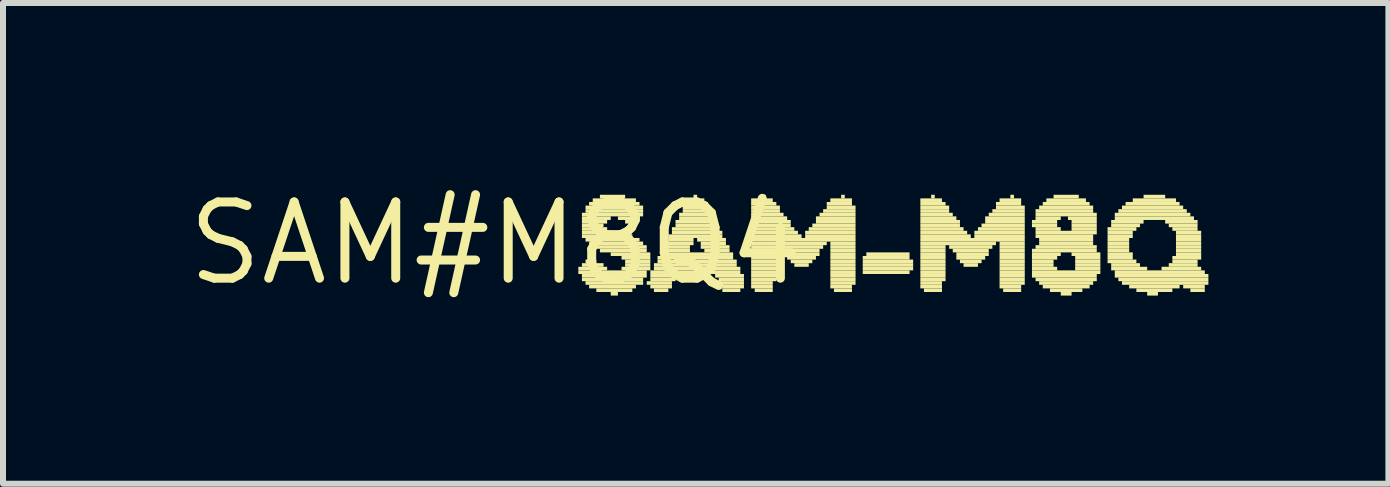
<source format=kicad_pcb>
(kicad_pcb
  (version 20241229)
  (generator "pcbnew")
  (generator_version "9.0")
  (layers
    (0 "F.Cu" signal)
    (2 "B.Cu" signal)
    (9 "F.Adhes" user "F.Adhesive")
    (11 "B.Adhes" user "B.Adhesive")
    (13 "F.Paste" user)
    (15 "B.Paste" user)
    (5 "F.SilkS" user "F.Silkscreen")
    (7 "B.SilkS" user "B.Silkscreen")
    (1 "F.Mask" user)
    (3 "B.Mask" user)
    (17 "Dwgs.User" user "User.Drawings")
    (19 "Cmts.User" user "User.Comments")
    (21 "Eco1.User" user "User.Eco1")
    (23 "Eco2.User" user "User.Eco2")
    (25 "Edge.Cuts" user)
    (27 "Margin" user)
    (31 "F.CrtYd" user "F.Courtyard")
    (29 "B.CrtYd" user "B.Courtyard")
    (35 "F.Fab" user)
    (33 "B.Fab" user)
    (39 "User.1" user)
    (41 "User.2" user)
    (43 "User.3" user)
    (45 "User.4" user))
  (footprint "SAM#M8Q4"
    (layer "F.Cu")
    (at 5.208 1.006)
    (property "Reference" "SAM#M8Q4" (at 0 0 0) (layer "F.SilkS") (effects (font (size 1.27 1.27) (thickness 0.15))))
    (attr through_hole)
    (fp_poly (pts (xy 1.38 0.45) (xy 1.86 0.45) (xy 1.86 0.39) (xy 1.38 0.39)) (stroke (width 0) (type solid)) (fill yes) (layer "F.SilkS"))
    (fp_poly (pts (xy 1.38 0.51) (xy 2.52 0.51) (xy 2.52 0.45) (xy 1.38 0.45)) (stroke (width 0) (type solid)) (fill yes) (layer "F.SilkS"))
    (fp_poly (pts (xy 1.44 -0.45) (xy 2.46 -0.45) (xy 2.46 -0.51) (xy 1.44 -0.51)) (stroke (width 0) (type solid)) (fill yes) (layer "F.SilkS"))
    (fp_poly (pts (xy 1.44 -0.39) (xy 1.92 -0.39) (xy 1.92 -0.45) (xy 1.44 -0.45)) (stroke (width 0) (type solid)) (fill yes) (layer "F.SilkS"))
    (fp_poly (pts (xy 1.44 -0.33) (xy 1.86 -0.33) (xy 1.86 -0.39) (xy 1.44 -0.39)) (stroke (width 0) (type solid)) (fill yes) (layer "F.SilkS"))
    (fp_poly (pts (xy 1.44 -0.27) (xy 1.8 -0.27) (xy 1.8 -0.33) (xy 1.44 -0.33)) (stroke (width 0) (type solid)) (fill yes) (layer "F.SilkS"))
    (fp_poly (pts (xy 1.44 -0.21) (xy 1.86 -0.21) (xy 1.86 -0.27) (xy 1.44 -0.27)) (stroke (width 0) (type solid)) (fill yes) (layer "F.SilkS"))
    (fp_poly (pts (xy 1.44 -0.15) (xy 1.98 -0.15) (xy 1.98 -0.21) (xy 1.44 -0.21)) (stroke (width 0) (type solid)) (fill yes) (layer "F.SilkS"))
    (fp_poly (pts (xy 1.44 -0.09) (xy 2.28 -0.09) (xy 2.28 -0.15) (xy 1.44 -0.15)) (stroke (width 0) (type solid)) (fill yes) (layer "F.SilkS"))
    (fp_poly (pts (xy 1.44 0.39) (xy 1.8 0.39) (xy 1.8 0.33) (xy 1.44 0.33)) (stroke (width 0) (type solid)) (fill yes) (layer "F.SilkS"))
    (fp_poly (pts (xy 1.44 0.57) (xy 2.52 0.57) (xy 2.52 0.51) (xy 1.44 0.51)) (stroke (width 0) (type solid)) (fill yes) (layer "F.SilkS"))
    (fp_poly (pts (xy 1.44 0.63) (xy 2.46 0.63) (xy 2.46 0.57) (xy 1.44 0.57)) (stroke (width 0) (type solid)) (fill yes) (layer "F.SilkS"))
    (fp_poly (pts (xy 1.5 -0.57) (xy 2.46 -0.57) (xy 2.46 -0.63) (xy 1.5 -0.63)) (stroke (width 0) (type solid)) (fill yes) (layer "F.SilkS"))
    (fp_poly (pts (xy 1.5 -0.51) (xy 2.46 -0.51) (xy 2.46 -0.57) (xy 1.5 -0.57)) (stroke (width 0) (type solid)) (fill yes) (layer "F.SilkS"))
    (fp_poly (pts (xy 1.5 -0.03) (xy 2.4 -0.03) (xy 2.4 -0.09) (xy 1.5 -0.09)) (stroke (width 0) (type solid)) (fill yes) (layer "F.SilkS"))
    (fp_poly (pts (xy 1.5 0.33) (xy 1.68 0.33) (xy 1.68 0.27) (xy 1.5 0.27)) (stroke (width 0) (type solid)) (fill yes) (layer "F.SilkS"))
    (fp_poly (pts (xy 1.5 0.69) (xy 2.46 0.69) (xy 2.46 0.63) (xy 1.5 0.63)) (stroke (width 0) (type solid)) (fill yes) (layer "F.SilkS"))
    (fp_poly (pts (xy 1.56 -0.63) (xy 2.4 -0.63) (xy 2.4 -0.69) (xy 1.56 -0.69)) (stroke (width 0) (type solid)) (fill yes) (layer "F.SilkS"))
    (fp_poly (pts (xy 1.56 0.03) (xy 2.46 0.03) (xy 2.46 -0.03) (xy 1.56 -0.03)) (stroke (width 0) (type solid)) (fill yes) (layer "F.SilkS"))
    (fp_poly (pts (xy 1.56 0.75) (xy 2.34 0.75) (xy 2.34 0.69) (xy 1.56 0.69)) (stroke (width 0) (type solid)) (fill yes) (layer "F.SilkS"))
    (fp_poly (pts (xy 1.62 -0.69) (xy 2.34 -0.69) (xy 2.34 -0.75) (xy 1.62 -0.75)) (stroke (width 0) (type solid)) (fill yes) (layer "F.SilkS"))
    (fp_poly (pts (xy 1.62 0.09) (xy 2.52 0.09) (xy 2.52 0.03) (xy 1.62 0.03)) (stroke (width 0) (type solid)) (fill yes) (layer "F.SilkS"))
    (fp_poly (pts (xy 1.68 0.81) (xy 2.28 0.81) (xy 2.28 0.75) (xy 1.68 0.75)) (stroke (width 0) (type solid)) (fill yes) (layer "F.SilkS"))
    (fp_poly (pts (xy 1.74 -0.75) (xy 2.16 -0.75) (xy 2.16 -0.81) (xy 1.74 -0.81)) (stroke (width 0) (type solid)) (fill yes) (layer "F.SilkS"))
    (fp_poly (pts (xy 1.74 0.15) (xy 2.52 0.15) (xy 2.52 0.09) (xy 1.74 0.09)) (stroke (width 0) (type solid)) (fill yes) (layer "F.SilkS"))
    (fp_poly (pts (xy 1.92 0.21) (xy 2.58 0.21) (xy 2.58 0.15) (xy 1.92 0.15)) (stroke (width 0) (type solid)) (fill yes) (layer "F.SilkS"))
    (fp_poly (pts (xy 1.92 0.87) (xy 2.04 0.87) (xy 2.04 0.81) (xy 1.92 0.81)) (stroke (width 0) (type solid)) (fill yes) (layer "F.SilkS"))
    (fp_poly (pts (xy 2.04 -0.39) (xy 2.4 -0.39) (xy 2.4 -0.45) (xy 2.04 -0.45)) (stroke (width 0) (type solid)) (fill yes) (layer "F.SilkS"))
    (fp_poly (pts (xy 2.1 0.27) (xy 2.58 0.27) (xy 2.58 0.21) (xy 2.1 0.21)) (stroke (width 0) (type solid)) (fill yes) (layer "F.SilkS"))
    (fp_poly (pts (xy 2.1 0.45) (xy 2.58 0.45) (xy 2.58 0.39) (xy 2.1 0.39)) (stroke (width 0) (type solid)) (fill yes) (layer "F.SilkS"))
    (fp_poly (pts (xy 2.16 -0.33) (xy 2.34 -0.33) (xy 2.34 -0.39) (xy 2.16 -0.39)) (stroke (width 0) (type solid)) (fill yes) (layer "F.SilkS"))
    (fp_poly (pts (xy 2.16 0.33) (xy 2.58 0.33) (xy 2.58 0.27) (xy 2.16 0.27)) (stroke (width 0) (type solid)) (fill yes) (layer "F.SilkS"))
    (fp_poly (pts (xy 2.16 0.39) (xy 2.58 0.39) (xy 2.58 0.33) (xy 2.16 0.33)) (stroke (width 0) (type solid)) (fill yes) (layer "F.SilkS"))
    (fp_poly (pts (xy 2.52 0.69) (xy 2.94 0.69) (xy 2.94 0.63) (xy 2.52 0.63)) (stroke (width 0) (type solid)) (fill yes) (layer "F.SilkS"))
    (fp_poly (pts (xy 2.58 0.51) (xy 4.08 0.51) (xy 4.08 0.45) (xy 2.58 0.45)) (stroke (width 0) (type solid)) (fill yes) (layer "F.SilkS"))
    (fp_poly (pts (xy 2.58 0.57) (xy 3 0.57) (xy 3 0.51) (xy 2.58 0.51)) (stroke (width 0) (type solid)) (fill yes) (layer "F.SilkS"))
    (fp_poly (pts (xy 2.58 0.63) (xy 3 0.63) (xy 3 0.57) (xy 2.58 0.57)) (stroke (width 0) (type solid)) (fill yes) (layer "F.SilkS"))
    (fp_poly (pts (xy 2.58 0.75) (xy 2.94 0.75) (xy 2.94 0.69) (xy 2.58 0.69)) (stroke (width 0) (type solid)) (fill yes) (layer "F.SilkS"))
    (fp_poly (pts (xy 2.64 0.39) (xy 4.02 0.39) (xy 4.02 0.33) (xy 2.64 0.33)) (stroke (width 0) (type solid)) (fill yes) (layer "F.SilkS"))
    (fp_poly (pts (xy 2.64 0.45) (xy 4.08 0.45) (xy 4.08 0.39) (xy 2.64 0.39)) (stroke (width 0) (type solid)) (fill yes) (layer "F.SilkS"))
    (fp_poly (pts (xy 2.64 0.81) (xy 2.88 0.81) (xy 2.88 0.75) (xy 2.64 0.75)) (stroke (width 0) (type solid)) (fill yes) (layer "F.SilkS"))
    (fp_poly (pts (xy 2.7 0.27) (xy 3.96 0.27) (xy 3.96 0.21) (xy 2.7 0.21)) (stroke (width 0) (type solid)) (fill yes) (layer "F.SilkS"))
    (fp_poly (pts (xy 2.7 0.33) (xy 4.02 0.33) (xy 4.02 0.27) (xy 2.7 0.27)) (stroke (width 0) (type solid)) (fill yes) (layer "F.SilkS"))
    (fp_poly (pts (xy 2.76 0.15) (xy 3.24 0.15) (xy 3.24 0.09) (xy 2.76 0.09)) (stroke (width 0) (type solid)) (fill yes) (layer "F.SilkS"))
    (fp_poly (pts (xy 2.76 0.21) (xy 3.96 0.21) (xy 3.96 0.15) (xy 2.76 0.15)) (stroke (width 0) (type solid)) (fill yes) (layer "F.SilkS"))
    (fp_poly (pts (xy 2.82 0.03) (xy 3.3 0.03) (xy 3.3 -0.03) (xy 2.82 -0.03)) (stroke (width 0) (type solid)) (fill yes) (layer "F.SilkS"))
    (fp_poly (pts (xy 2.82 0.09) (xy 3.24 0.09) (xy 3.24 0.03) (xy 2.82 0.03)) (stroke (width 0) (type solid)) (fill yes) (layer "F.SilkS"))
    (fp_poly (pts (xy 2.88 -0.09) (xy 3.78 -0.09) (xy 3.78 -0.15) (xy 2.88 -0.15)) (stroke (width 0) (type solid)) (fill yes) (layer "F.SilkS"))
    (fp_poly (pts (xy 2.88 -0.03) (xy 3.3 -0.03) (xy 3.3 -0.09) (xy 2.88 -0.09)) (stroke (width 0) (type solid)) (fill yes) (layer "F.SilkS"))
    (fp_poly (pts (xy 2.94 -0.21) (xy 3.72 -0.21) (xy 3.72 -0.27) (xy 2.94 -0.27)) (stroke (width 0) (type solid)) (fill yes) (layer "F.SilkS"))
    (fp_poly (pts (xy 2.94 -0.15) (xy 3.78 -0.15) (xy 3.78 -0.21) (xy 2.94 -0.21)) (stroke (width 0) (type solid)) (fill yes) (layer "F.SilkS"))
    (fp_poly (pts (xy 3 -0.33) (xy 3.66 -0.33) (xy 3.66 -0.39) (xy 3 -0.39)) (stroke (width 0) (type solid)) (fill yes) (layer "F.SilkS"))
    (fp_poly (pts (xy 3 -0.27) (xy 3.72 -0.27) (xy 3.72 -0.33) (xy 3 -0.33)) (stroke (width 0) (type solid)) (fill yes) (layer "F.SilkS"))
    (fp_poly (pts (xy 3.06 -0.45) (xy 3.6 -0.45) (xy 3.6 -0.51) (xy 3.06 -0.51)) (stroke (width 0) (type solid)) (fill yes) (layer "F.SilkS"))
    (fp_poly (pts (xy 3.06 -0.39) (xy 3.66 -0.39) (xy 3.66 -0.45) (xy 3.06 -0.45)) (stroke (width 0) (type solid)) (fill yes) (layer "F.SilkS"))
    (fp_poly (pts (xy 3.12 -0.57) (xy 3.54 -0.57) (xy 3.54 -0.63) (xy 3.12 -0.63)) (stroke (width 0) (type solid)) (fill yes) (layer "F.SilkS"))
    (fp_poly (pts (xy 3.12 -0.51) (xy 3.6 -0.51) (xy 3.6 -0.57) (xy 3.12 -0.57)) (stroke (width 0) (type solid)) (fill yes) (layer "F.SilkS"))
    (fp_poly (pts (xy 3.18 -0.69) (xy 3.48 -0.69) (xy 3.48 -0.75) (xy 3.18 -0.75)) (stroke (width 0) (type solid)) (fill yes) (layer "F.SilkS"))
    (fp_poly (pts (xy 3.18 -0.63) (xy 3.54 -0.63) (xy 3.54 -0.69) (xy 3.18 -0.69)) (stroke (width 0) (type solid)) (fill yes) (layer "F.SilkS"))
    (fp_poly (pts (xy 3.3 -0.75) (xy 3.36 -0.75) (xy 3.36 -0.81) (xy 3.3 -0.81)) (stroke (width 0) (type solid)) (fill yes) (layer "F.SilkS"))
    (fp_poly (pts (xy 3.36 -0.03) (xy 3.84 -0.03) (xy 3.84 -0.09) (xy 3.36 -0.09)) (stroke (width 0) (type solid)) (fill yes) (layer "F.SilkS"))
    (fp_poly (pts (xy 3.42 0.03) (xy 3.84 0.03) (xy 3.84 -0.03) (xy 3.42 -0.03)) (stroke (width 0) (type solid)) (fill yes) (layer "F.SilkS"))
    (fp_poly (pts (xy 3.42 0.09) (xy 3.9 0.09) (xy 3.9 0.03) (xy 3.42 0.03)) (stroke (width 0) (type solid)) (fill yes) (layer "F.SilkS"))
    (fp_poly (pts (xy 3.48 0.15) (xy 3.9 0.15) (xy 3.9 0.09) (xy 3.48 0.09)) (stroke (width 0) (type solid)) (fill yes) (layer "F.SilkS"))
    (fp_poly (pts (xy 3.66 0.57) (xy 4.14 0.57) (xy 4.14 0.51) (xy 3.66 0.51)) (stroke (width 0) (type solid)) (fill yes) (layer "F.SilkS"))
    (fp_poly (pts (xy 3.72 0.63) (xy 4.14 0.63) (xy 4.14 0.57) (xy 3.72 0.57)) (stroke (width 0) (type solid)) (fill yes) (layer "F.SilkS"))
    (fp_poly (pts (xy 3.72 0.69) (xy 4.14 0.69) (xy 4.14 0.63) (xy 3.72 0.63)) (stroke (width 0) (type solid)) (fill yes) (layer "F.SilkS"))
    (fp_poly (pts (xy 3.78 0.75) (xy 4.14 0.75) (xy 4.14 0.69) (xy 3.78 0.69)) (stroke (width 0) (type solid)) (fill yes) (layer "F.SilkS"))
    (fp_poly (pts (xy 3.78 0.81) (xy 4.08 0.81) (xy 4.08 0.75) (xy 3.78 0.75)) (stroke (width 0) (type solid)) (fill yes) (layer "F.SilkS"))
    (fp_poly (pts (xy 4.26 -0.69) (xy 4.62 -0.69) (xy 4.62 -0.75) (xy 4.26 -0.75)) (stroke (width 0) (type solid)) (fill yes) (layer "F.SilkS"))
    (fp_poly (pts (xy 4.26 -0.63) (xy 4.68 -0.63) (xy 4.68 -0.69) (xy 4.26 -0.69)) (stroke (width 0) (type solid)) (fill yes) (layer "F.SilkS"))
    (fp_poly (pts (xy 4.26 -0.57) (xy 4.74 -0.57) (xy 4.74 -0.63) (xy 4.26 -0.63)) (stroke (width 0) (type solid)) (fill yes) (layer "F.SilkS"))
    (fp_poly (pts (xy 4.26 -0.51) (xy 4.74 -0.51) (xy 4.74 -0.57) (xy 4.26 -0.57)) (stroke (width 0) (type solid)) (fill yes) (layer "F.SilkS"))
    (fp_poly (pts (xy 4.26 -0.45) (xy 4.8 -0.45) (xy 4.8 -0.51) (xy 4.26 -0.51)) (stroke (width 0) (type solid)) (fill yes) (layer "F.SilkS"))
    (fp_poly (pts (xy 4.26 -0.39) (xy 4.86 -0.39) (xy 4.86 -0.45) (xy 4.26 -0.45)) (stroke (width 0) (type solid)) (fill yes) (layer "F.SilkS"))
    (fp_poly (pts (xy 4.26 -0.33) (xy 4.92 -0.33) (xy 4.92 -0.39) (xy 4.26 -0.39)) (stroke (width 0) (type solid)) (fill yes) (layer "F.SilkS"))
    (fp_poly (pts (xy 4.26 -0.27) (xy 4.92 -0.27) (xy 4.92 -0.33) (xy 4.26 -0.33)) (stroke (width 0) (type solid)) (fill yes) (layer "F.SilkS"))
    (fp_poly (pts (xy 4.26 -0.21) (xy 4.98 -0.21) (xy 4.98 -0.27) (xy 4.26 -0.27)) (stroke (width 0) (type solid)) (fill yes) (layer "F.SilkS"))
    (fp_poly (pts (xy 4.26 -0.15) (xy 5.04 -0.15) (xy 5.04 -0.21) (xy 4.26 -0.21)) (stroke (width 0) (type solid)) (fill yes) (layer "F.SilkS"))
    (fp_poly (pts (xy 4.26 -0.09) (xy 5.1 -0.09) (xy 5.1 -0.15) (xy 4.26 -0.15)) (stroke (width 0) (type solid)) (fill yes) (layer "F.SilkS"))
    (fp_poly (pts (xy 4.26 -0.03) (xy 6 -0.03) (xy 6 -0.09) (xy 4.26 -0.09)) (stroke (width 0) (type solid)) (fill yes) (layer "F.SilkS"))
    (fp_poly (pts (xy 4.26 0.03) (xy 5.52 0.03) (xy 5.52 -0.03) (xy 4.26 -0.03)) (stroke (width 0) (type solid)) (fill yes) (layer "F.SilkS"))
    (fp_poly (pts (xy 4.26 0.09) (xy 4.68 0.09) (xy 4.68 0.03) (xy 4.26 0.03)) (stroke (width 0) (type solid)) (fill yes) (layer "F.SilkS"))
    (fp_poly (pts (xy 4.26 0.15) (xy 4.68 0.15) (xy 4.68 0.09) (xy 4.26 0.09)) (stroke (width 0) (type solid)) (fill yes) (layer "F.SilkS"))
    (fp_poly (pts (xy 4.26 0.21) (xy 4.68 0.21) (xy 4.68 0.15) (xy 4.26 0.15)) (stroke (width 0) (type solid)) (fill yes) (layer "F.SilkS"))
    (fp_poly (pts (xy 4.26 0.27) (xy 4.68 0.27) (xy 4.68 0.21) (xy 4.26 0.21)) (stroke (width 0) (type solid)) (fill yes) (layer "F.SilkS"))
    (fp_poly (pts (xy 4.26 0.33) (xy 4.68 0.33) (xy 4.68 0.27) (xy 4.26 0.27)) (stroke (width 0) (type solid)) (fill yes) (layer "F.SilkS"))
    (fp_poly (pts (xy 4.26 0.39) (xy 4.68 0.39) (xy 4.68 0.33) (xy 4.26 0.33)) (stroke (width 0) (type solid)) (fill yes) (layer "F.SilkS"))
    (fp_poly (pts (xy 4.26 0.45) (xy 4.68 0.45) (xy 4.68 0.39) (xy 4.26 0.39)) (stroke (width 0) (type solid)) (fill yes) (layer "F.SilkS"))
    (fp_poly (pts (xy 4.26 0.51) (xy 4.68 0.51) (xy 4.68 0.45) (xy 4.26 0.45)) (stroke (width 0) (type solid)) (fill yes) (layer "F.SilkS"))
    (fp_poly (pts (xy 4.26 0.57) (xy 4.68 0.57) (xy 4.68 0.51) (xy 4.26 0.51)) (stroke (width 0) (type solid)) (fill yes) (layer "F.SilkS"))
    (fp_poly (pts (xy 4.26 0.63) (xy 4.68 0.63) (xy 4.68 0.57) (xy 4.26 0.57)) (stroke (width 0) (type solid)) (fill yes) (layer "F.SilkS"))
    (fp_poly (pts (xy 4.26 0.69) (xy 4.62 0.69) (xy 4.62 0.63) (xy 4.26 0.63)) (stroke (width 0) (type solid)) (fill yes) (layer "F.SilkS"))
    (fp_poly (pts (xy 4.26 0.75) (xy 4.62 0.75) (xy 4.62 0.69) (xy 4.26 0.69)) (stroke (width 0) (type solid)) (fill yes) (layer "F.SilkS"))
    (fp_poly (pts (xy 4.32 0.81) (xy 4.62 0.81) (xy 4.62 0.75) (xy 4.32 0.75)) (stroke (width 0) (type solid)) (fill yes) (layer "F.SilkS"))
    (fp_poly (pts (xy 4.44 -0.75) (xy 4.5 -0.75) (xy 4.5 -0.81) (xy 4.44 -0.81)) (stroke (width 0) (type solid)) (fill yes) (layer "F.SilkS"))
    (fp_poly (pts (xy 4.74 0.09) (xy 5.46 0.09) (xy 5.46 0.03) (xy 4.74 0.03)) (stroke (width 0) (type solid)) (fill yes) (layer "F.SilkS"))
    (fp_poly (pts (xy 4.8 0.15) (xy 5.4 0.15) (xy 5.4 0.09) (xy 4.8 0.09)) (stroke (width 0) (type solid)) (fill yes) (layer "F.SilkS"))
    (fp_poly (pts (xy 4.86 0.21) (xy 5.4 0.21) (xy 5.4 0.15) (xy 4.86 0.15)) (stroke (width 0) (type solid)) (fill yes) (layer "F.SilkS"))
    (fp_poly (pts (xy 4.86 0.27) (xy 5.34 0.27) (xy 5.34 0.21) (xy 4.86 0.21)) (stroke (width 0) (type solid)) (fill yes) (layer "F.SilkS"))
    (fp_poly (pts (xy 4.92 0.33) (xy 5.28 0.33) (xy 5.28 0.27) (xy 4.92 0.27)) (stroke (width 0) (type solid)) (fill yes) (layer "F.SilkS"))
    (fp_poly (pts (xy 4.98 0.39) (xy 5.22 0.39) (xy 5.22 0.33) (xy 4.98 0.33)) (stroke (width 0) (type solid)) (fill yes) (layer "F.SilkS"))
    (fp_poly (pts (xy 5.16 -0.15) (xy 6 -0.15) (xy 6 -0.21) (xy 5.16 -0.21)) (stroke (width 0) (type solid)) (fill yes) (layer "F.SilkS"))
    (fp_poly (pts (xy 5.16 -0.09) (xy 6 -0.09) (xy 6 -0.15) (xy 5.16 -0.15)) (stroke (width 0) (type solid)) (fill yes) (layer "F.SilkS"))
    (fp_poly (pts (xy 5.22 -0.21) (xy 6 -0.21) (xy 6 -0.27) (xy 5.22 -0.27)) (stroke (width 0) (type solid)) (fill yes) (layer "F.SilkS"))
    (fp_poly (pts (xy 5.28 -0.27) (xy 6 -0.27) (xy 6 -0.33) (xy 5.28 -0.33)) (stroke (width 0) (type solid)) (fill yes) (layer "F.SilkS"))
    (fp_poly (pts (xy 5.34 -0.39) (xy 6 -0.39) (xy 6 -0.45) (xy 5.34 -0.45)) (stroke (width 0) (type solid)) (fill yes) (layer "F.SilkS"))
    (fp_poly (pts (xy 5.34 -0.33) (xy 6 -0.33) (xy 6 -0.39) (xy 5.34 -0.39)) (stroke (width 0) (type solid)) (fill yes) (layer "F.SilkS"))
    (fp_poly (pts (xy 5.4 -0.45) (xy 6 -0.45) (xy 6 -0.51) (xy 5.4 -0.51)) (stroke (width 0) (type solid)) (fill yes) (layer "F.SilkS"))
    (fp_poly (pts (xy 5.46 -0.51) (xy 6 -0.51) (xy 6 -0.57) (xy 5.46 -0.57)) (stroke (width 0) (type solid)) (fill yes) (layer "F.SilkS"))
    (fp_poly (pts (xy 5.52 -0.63) (xy 5.94 -0.63) (xy 5.94 -0.69) (xy 5.52 -0.69)) (stroke (width 0) (type solid)) (fill yes) (layer "F.SilkS"))
    (fp_poly (pts (xy 5.52 -0.57) (xy 6 -0.57) (xy 6 -0.63) (xy 5.52 -0.63)) (stroke (width 0) (type solid)) (fill yes) (layer "F.SilkS"))
    (fp_poly (pts (xy 5.58 -0.69) (xy 5.94 -0.69) (xy 5.94 -0.75) (xy 5.58 -0.75)) (stroke (width 0) (type solid)) (fill yes) (layer "F.SilkS"))
    (fp_poly (pts (xy 5.58 0.03) (xy 6 0.03) (xy 6 -0.03) (xy 5.58 -0.03)) (stroke (width 0) (type solid)) (fill yes) (layer "F.SilkS"))
    (fp_poly (pts (xy 5.58 0.09) (xy 6 0.09) (xy 6 0.03) (xy 5.58 0.03)) (stroke (width 0) (type solid)) (fill yes) (layer "F.SilkS"))
    (fp_poly (pts (xy 5.58 0.15) (xy 6 0.15) (xy 6 0.09) (xy 5.58 0.09)) (stroke (width 0) (type solid)) (fill yes) (layer "F.SilkS"))
    (fp_poly (pts (xy 5.58 0.21) (xy 6 0.21) (xy 6 0.15) (xy 5.58 0.15)) (stroke (width 0) (type solid)) (fill yes) (layer "F.SilkS"))
    (fp_poly (pts (xy 5.58 0.27) (xy 6 0.27) (xy 6 0.21) (xy 5.58 0.21)) (stroke (width 0) (type solid)) (fill yes) (layer "F.SilkS"))
    (fp_poly (pts (xy 5.58 0.33) (xy 6 0.33) (xy 6 0.27) (xy 5.58 0.27)) (stroke (width 0) (type solid)) (fill yes) (layer "F.SilkS"))
    (fp_poly (pts (xy 5.58 0.39) (xy 6 0.39) (xy 6 0.33) (xy 5.58 0.33)) (stroke (width 0) (type solid)) (fill yes) (layer "F.SilkS"))
    (fp_poly (pts (xy 5.58 0.45) (xy 6 0.45) (xy 6 0.39) (xy 5.58 0.39)) (stroke (width 0) (type solid)) (fill yes) (layer "F.SilkS"))
    (fp_poly (pts (xy 5.58 0.51) (xy 6 0.51) (xy 6 0.45) (xy 5.58 0.45)) (stroke (width 0) (type solid)) (fill yes) (layer "F.SilkS"))
    (fp_poly (pts (xy 5.58 0.57) (xy 6 0.57) (xy 6 0.51) (xy 5.58 0.51)) (stroke (width 0) (type solid)) (fill yes) (layer "F.SilkS"))
    (fp_poly (pts (xy 5.58 0.63) (xy 6 0.63) (xy 6 0.57) (xy 5.58 0.57)) (stroke (width 0) (type solid)) (fill yes) (layer "F.SilkS"))
    (fp_poly (pts (xy 5.58 0.69) (xy 6 0.69) (xy 6 0.63) (xy 5.58 0.63)) (stroke (width 0) (type solid)) (fill yes) (layer "F.SilkS"))
    (fp_poly (pts (xy 5.58 0.75) (xy 5.94 0.75) (xy 5.94 0.69) (xy 5.58 0.69)) (stroke (width 0) (type solid)) (fill yes) (layer "F.SilkS"))
    (fp_poly (pts (xy 5.64 0.81) (xy 5.94 0.81) (xy 5.94 0.75) (xy 5.64 0.75)) (stroke (width 0) (type solid)) (fill yes) (layer "F.SilkS"))
    (fp_poly (pts (xy 5.76 -0.75) (xy 5.82 -0.75) (xy 5.82 -0.81) (xy 5.76 -0.81)) (stroke (width 0) (type solid)) (fill yes) (layer "F.SilkS"))
    (fp_poly (pts (xy 6.12 0.27) (xy 6.9 0.27) (xy 6.9 0.21) (xy 6.12 0.21)) (stroke (width 0) (type solid)) (fill yes) (layer "F.SilkS"))
    (fp_poly (pts (xy 6.12 0.33) (xy 6.96 0.33) (xy 6.96 0.27) (xy 6.12 0.27)) (stroke (width 0) (type solid)) (fill yes) (layer "F.SilkS"))
    (fp_poly (pts (xy 6.12 0.39) (xy 6.96 0.39) (xy 6.96 0.33) (xy 6.12 0.33)) (stroke (width 0) (type solid)) (fill yes) (layer "F.SilkS"))
    (fp_poly (pts (xy 6.12 0.45) (xy 6.96 0.45) (xy 6.96 0.39) (xy 6.12 0.39)) (stroke (width 0) (type solid)) (fill yes) (layer "F.SilkS"))
    (fp_poly (pts (xy 6.12 0.51) (xy 6.9 0.51) (xy 6.9 0.45) (xy 6.12 0.45)) (stroke (width 0) (type solid)) (fill yes) (layer "F.SilkS"))
    (fp_poly (pts (xy 6.18 0.21) (xy 6.9 0.21) (xy 6.9 0.15) (xy 6.18 0.15)) (stroke (width 0) (type solid)) (fill yes) (layer "F.SilkS"))
    (fp_poly (pts (xy 7.08 -0.69) (xy 7.44 -0.69) (xy 7.44 -0.75) (xy 7.08 -0.75)) (stroke (width 0) (type solid)) (fill yes) (layer "F.SilkS"))
    (fp_poly (pts (xy 7.08 -0.63) (xy 7.5 -0.63) (xy 7.5 -0.69) (xy 7.08 -0.69)) (stroke (width 0) (type solid)) (fill yes) (layer "F.SilkS"))
    (fp_poly (pts (xy 7.08 -0.57) (xy 7.56 -0.57) (xy 7.56 -0.63) (xy 7.08 -0.63)) (stroke (width 0) (type solid)) (fill yes) (layer "F.SilkS"))
    (fp_poly (pts (xy 7.08 -0.51) (xy 7.56 -0.51) (xy 7.56 -0.57) (xy 7.08 -0.57)) (stroke (width 0) (type solid)) (fill yes) (layer "F.SilkS"))
    (fp_poly (pts (xy 7.08 -0.45) (xy 7.62 -0.45) (xy 7.62 -0.51) (xy 7.08 -0.51)) (stroke (width 0) (type solid)) (fill yes) (layer "F.SilkS"))
    (fp_poly (pts (xy 7.08 -0.39) (xy 7.68 -0.39) (xy 7.68 -0.45) (xy 7.08 -0.45)) (stroke (width 0) (type solid)) (fill yes) (layer "F.SilkS"))
    (fp_poly (pts (xy 7.08 -0.33) (xy 7.74 -0.33) (xy 7.74 -0.39) (xy 7.08 -0.39)) (stroke (width 0) (type solid)) (fill yes) (layer "F.SilkS"))
    (fp_poly (pts (xy 7.08 -0.27) (xy 7.74 -0.27) (xy 7.74 -0.33) (xy 7.08 -0.33)) (stroke (width 0) (type solid)) (fill yes) (layer "F.SilkS"))
    (fp_poly (pts (xy 7.08 -0.21) (xy 7.8 -0.21) (xy 7.8 -0.27) (xy 7.08 -0.27)) (stroke (width 0) (type solid)) (fill yes) (layer "F.SilkS"))
    (fp_poly (pts (xy 7.08 -0.15) (xy 7.86 -0.15) (xy 7.86 -0.21) (xy 7.08 -0.21)) (stroke (width 0) (type solid)) (fill yes) (layer "F.SilkS"))
    (fp_poly (pts (xy 7.08 -0.09) (xy 7.92 -0.09) (xy 7.92 -0.15) (xy 7.08 -0.15)) (stroke (width 0) (type solid)) (fill yes) (layer "F.SilkS"))
    (fp_poly (pts (xy 7.08 -0.03) (xy 8.82 -0.03) (xy 8.82 -0.09) (xy 7.08 -0.09)) (stroke (width 0) (type solid)) (fill yes) (layer "F.SilkS"))
    (fp_poly (pts (xy 7.08 0.03) (xy 8.34 0.03) (xy 8.34 -0.03) (xy 7.08 -0.03)) (stroke (width 0) (type solid)) (fill yes) (layer "F.SilkS"))
    (fp_poly (pts (xy 7.08 0.09) (xy 7.5 0.09) (xy 7.5 0.03) (xy 7.08 0.03)) (stroke (width 0) (type solid)) (fill yes) (layer "F.SilkS"))
    (fp_poly (pts (xy 7.08 0.15) (xy 7.5 0.15) (xy 7.5 0.09) (xy 7.08 0.09)) (stroke (width 0) (type solid)) (fill yes) (layer "F.SilkS"))
    (fp_poly (pts (xy 7.08 0.21) (xy 7.5 0.21) (xy 7.5 0.15) (xy 7.08 0.15)) (stroke (width 0) (type solid)) (fill yes) (layer "F.SilkS"))
    (fp_poly (pts (xy 7.08 0.27) (xy 7.5 0.27) (xy 7.5 0.21) (xy 7.08 0.21)) (stroke (width 0) (type solid)) (fill yes) (layer "F.SilkS"))
    (fp_poly (pts (xy 7.08 0.33) (xy 7.5 0.33) (xy 7.5 0.27) (xy 7.08 0.27)) (stroke (width 0) (type solid)) (fill yes) (layer "F.SilkS"))
    (fp_poly (pts (xy 7.08 0.39) (xy 7.5 0.39) (xy 7.5 0.33) (xy 7.08 0.33)) (stroke (width 0) (type solid)) (fill yes) (layer "F.SilkS"))
    (fp_poly (pts (xy 7.08 0.45) (xy 7.5 0.45) (xy 7.5 0.39) (xy 7.08 0.39)) (stroke (width 0) (type solid)) (fill yes) (layer "F.SilkS"))
    (fp_poly (pts (xy 7.08 0.51) (xy 7.5 0.51) (xy 7.5 0.45) (xy 7.08 0.45)) (stroke (width 0) (type solid)) (fill yes) (layer "F.SilkS"))
    (fp_poly (pts (xy 7.08 0.57) (xy 7.5 0.57) (xy 7.5 0.51) (xy 7.08 0.51)) (stroke (width 0) (type solid)) (fill yes) (layer "F.SilkS"))
    (fp_poly (pts (xy 7.08 0.63) (xy 7.5 0.63) (xy 7.5 0.57) (xy 7.08 0.57)) (stroke (width 0) (type solid)) (fill yes) (layer "F.SilkS"))
    (fp_poly (pts (xy 7.08 0.69) (xy 7.44 0.69) (xy 7.44 0.63) (xy 7.08 0.63)) (stroke (width 0) (type solid)) (fill yes) (layer "F.SilkS"))
    (fp_poly (pts (xy 7.08 0.75) (xy 7.44 0.75) (xy 7.44 0.69) (xy 7.08 0.69)) (stroke (width 0) (type solid)) (fill yes) (layer "F.SilkS"))
    (fp_poly (pts (xy 7.14 0.81) (xy 7.44 0.81) (xy 7.44 0.75) (xy 7.14 0.75)) (stroke (width 0) (type solid)) (fill yes) (layer "F.SilkS"))
    (fp_poly (pts (xy 7.26 -0.75) (xy 7.32 -0.75) (xy 7.32 -0.81) (xy 7.26 -0.81)) (stroke (width 0) (type solid)) (fill yes) (layer "F.SilkS"))
    (fp_poly (pts (xy 7.56 0.09) (xy 8.28 0.09) (xy 8.28 0.03) (xy 7.56 0.03)) (stroke (width 0) (type solid)) (fill yes) (layer "F.SilkS"))
    (fp_poly (pts (xy 7.62 0.15) (xy 8.22 0.15) (xy 8.22 0.09) (xy 7.62 0.09)) (stroke (width 0) (type solid)) (fill yes) (layer "F.SilkS"))
    (fp_poly (pts (xy 7.68 0.21) (xy 8.22 0.21) (xy 8.22 0.15) (xy 7.68 0.15)) (stroke (width 0) (type solid)) (fill yes) (layer "F.SilkS"))
    (fp_poly (pts (xy 7.68 0.27) (xy 8.16 0.27) (xy 8.16 0.21) (xy 7.68 0.21)) (stroke (width 0) (type solid)) (fill yes) (layer "F.SilkS"))
    (fp_poly (pts (xy 7.74 0.33) (xy 8.1 0.33) (xy 8.1 0.27) (xy 7.74 0.27)) (stroke (width 0) (type solid)) (fill yes) (layer "F.SilkS"))
    (fp_poly (pts (xy 7.8 0.39) (xy 8.04 0.39) (xy 8.04 0.33) (xy 7.8 0.33)) (stroke (width 0) (type solid)) (fill yes) (layer "F.SilkS"))
    (fp_poly (pts (xy 7.98 -0.15) (xy 8.82 -0.15) (xy 8.82 -0.21) (xy 7.98 -0.21)) (stroke (width 0) (type solid)) (fill yes) (layer "F.SilkS"))
    (fp_poly (pts (xy 7.98 -0.09) (xy 8.82 -0.09) (xy 8.82 -0.15) (xy 7.98 -0.15)) (stroke (width 0) (type solid)) (fill yes) (layer "F.SilkS"))
    (fp_poly (pts (xy 8.04 -0.21) (xy 8.82 -0.21) (xy 8.82 -0.27) (xy 8.04 -0.27)) (stroke (width 0) (type solid)) (fill yes) (layer "F.SilkS"))
    (fp_poly (pts (xy 8.1 -0.27) (xy 8.82 -0.27) (xy 8.82 -0.33) (xy 8.1 -0.33)) (stroke (width 0) (type solid)) (fill yes) (layer "F.SilkS"))
    (fp_poly (pts (xy 8.16 -0.39) (xy 8.82 -0.39) (xy 8.82 -0.45) (xy 8.16 -0.45)) (stroke (width 0) (type solid)) (fill yes) (layer "F.SilkS"))
    (fp_poly (pts (xy 8.16 -0.33) (xy 8.82 -0.33) (xy 8.82 -0.39) (xy 8.16 -0.39)) (stroke (width 0) (type solid)) (fill yes) (layer "F.SilkS"))
    (fp_poly (pts (xy 8.22 -0.45) (xy 8.82 -0.45) (xy 8.82 -0.51) (xy 8.22 -0.51)) (stroke (width 0) (type solid)) (fill yes) (layer "F.SilkS"))
    (fp_poly (pts (xy 8.28 -0.51) (xy 8.82 -0.51) (xy 8.82 -0.57) (xy 8.28 -0.57)) (stroke (width 0) (type solid)) (fill yes) (layer "F.SilkS"))
    (fp_poly (pts (xy 8.34 -0.63) (xy 8.76 -0.63) (xy 8.76 -0.69) (xy 8.34 -0.69)) (stroke (width 0) (type solid)) (fill yes) (layer "F.SilkS"))
    (fp_poly (pts (xy 8.34 -0.57) (xy 8.82 -0.57) (xy 8.82 -0.63) (xy 8.34 -0.63)) (stroke (width 0) (type solid)) (fill yes) (layer "F.SilkS"))
    (fp_poly (pts (xy 8.4 -0.69) (xy 8.76 -0.69) (xy 8.76 -0.75) (xy 8.4 -0.75)) (stroke (width 0) (type solid)) (fill yes) (layer "F.SilkS"))
    (fp_poly (pts (xy 8.4 0.03) (xy 8.82 0.03) (xy 8.82 -0.03) (xy 8.4 -0.03)) (stroke (width 0) (type solid)) (fill yes) (layer "F.SilkS"))
    (fp_poly (pts (xy 8.4 0.09) (xy 8.82 0.09) (xy 8.82 0.03) (xy 8.4 0.03)) (stroke (width 0) (type solid)) (fill yes) (layer "F.SilkS"))
    (fp_poly (pts (xy 8.4 0.15) (xy 8.82 0.15) (xy 8.82 0.09) (xy 8.4 0.09)) (stroke (width 0) (type solid)) (fill yes) (layer "F.SilkS"))
    (fp_poly (pts (xy 8.4 0.21) (xy 8.82 0.21) (xy 8.82 0.15) (xy 8.4 0.15)) (stroke (width 0) (type solid)) (fill yes) (layer "F.SilkS"))
    (fp_poly (pts (xy 8.4 0.27) (xy 8.82 0.27) (xy 8.82 0.21) (xy 8.4 0.21)) (stroke (width 0) (type solid)) (fill yes) (layer "F.SilkS"))
    (fp_poly (pts (xy 8.4 0.33) (xy 8.82 0.33) (xy 8.82 0.27) (xy 8.4 0.27)) (stroke (width 0) (type solid)) (fill yes) (layer "F.SilkS"))
    (fp_poly (pts (xy 8.4 0.39) (xy 8.82 0.39) (xy 8.82 0.33) (xy 8.4 0.33)) (stroke (width 0) (type solid)) (fill yes) (layer "F.SilkS"))
    (fp_poly (pts (xy 8.4 0.45) (xy 8.82 0.45) (xy 8.82 0.39) (xy 8.4 0.39)) (stroke (width 0) (type solid)) (fill yes) (layer "F.SilkS"))
    (fp_poly (pts (xy 8.4 0.51) (xy 8.82 0.51) (xy 8.82 0.45) (xy 8.4 0.45)) (stroke (width 0) (type solid)) (fill yes) (layer "F.SilkS"))
    (fp_poly (pts (xy 8.4 0.57) (xy 8.82 0.57) (xy 8.82 0.51) (xy 8.4 0.51)) (stroke (width 0) (type solid)) (fill yes) (layer "F.SilkS"))
    (fp_poly (pts (xy 8.4 0.63) (xy 8.82 0.63) (xy 8.82 0.57) (xy 8.4 0.57)) (stroke (width 0) (type solid)) (fill yes) (layer "F.SilkS"))
    (fp_poly (pts (xy 8.4 0.69) (xy 8.82 0.69) (xy 8.82 0.63) (xy 8.4 0.63)) (stroke (width 0) (type solid)) (fill yes) (layer "F.SilkS"))
    (fp_poly (pts (xy 8.4 0.75) (xy 8.76 0.75) (xy 8.76 0.69) (xy 8.4 0.69)) (stroke (width 0) (type solid)) (fill yes) (layer "F.SilkS"))
    (fp_poly (pts (xy 8.46 0.81) (xy 8.76 0.81) (xy 8.76 0.75) (xy 8.46 0.75)) (stroke (width 0) (type solid)) (fill yes) (layer "F.SilkS"))
    (fp_poly (pts (xy 8.58 -0.75) (xy 8.64 -0.75) (xy 8.64 -0.81) (xy 8.58 -0.81)) (stroke (width 0) (type solid)) (fill yes) (layer "F.SilkS"))
    (fp_poly (pts (xy 8.94 -0.33) (xy 9.36 -0.33) (xy 9.36 -0.39) (xy 8.94 -0.39)) (stroke (width 0) (type solid)) (fill yes) (layer "F.SilkS"))
    (fp_poly (pts (xy 8.94 -0.27) (xy 9.36 -0.27) (xy 9.36 -0.33) (xy 8.94 -0.33)) (stroke (width 0) (type solid)) (fill yes) (layer "F.SilkS"))
    (fp_poly (pts (xy 8.94 0.15) (xy 10.02 0.15) (xy 10.02 0.09) (xy 8.94 0.09)) (stroke (width 0) (type solid)) (fill yes) (layer "F.SilkS"))
    (fp_poly (pts (xy 8.94 0.21) (xy 9.42 0.21) (xy 9.42 0.15) (xy 8.94 0.15)) (stroke (width 0) (type solid)) (fill yes) (layer "F.SilkS"))
    (fp_poly (pts (xy 8.94 0.27) (xy 9.36 0.27) (xy 9.36 0.21) (xy 8.94 0.21)) (stroke (width 0) (type solid)) (fill yes) (layer "F.SilkS"))
    (fp_poly (pts (xy 8.94 0.33) (xy 9.3 0.33) (xy 9.3 0.27) (xy 8.94 0.27)) (stroke (width 0) (type solid)) (fill yes) (layer "F.SilkS"))
    (fp_poly (pts (xy 8.94 0.39) (xy 9.3 0.39) (xy 9.3 0.33) (xy 8.94 0.33)) (stroke (width 0) (type solid)) (fill yes) (layer "F.SilkS"))
    (fp_poly (pts (xy 8.94 0.45) (xy 9.36 0.45) (xy 9.36 0.39) (xy 8.94 0.39)) (stroke (width 0) (type solid)) (fill yes) (layer "F.SilkS"))
    (fp_poly (pts (xy 8.94 0.51) (xy 10.08 0.51) (xy 10.08 0.45) (xy 8.94 0.45)) (stroke (width 0) (type solid)) (fill yes) (layer "F.SilkS"))
    (fp_poly (pts (xy 8.94 0.57) (xy 10.02 0.57) (xy 10.02 0.51) (xy 8.94 0.51)) (stroke (width 0) (type solid)) (fill yes) (layer "F.SilkS"))
    (fp_poly (pts (xy 9 -0.51) (xy 9.96 -0.51) (xy 9.96 -0.57) (xy 9 -0.57)) (stroke (width 0) (type solid)) (fill yes) (layer "F.SilkS"))
    (fp_poly (pts (xy 9 -0.45) (xy 10.02 -0.45) (xy 10.02 -0.51) (xy 9 -0.51)) (stroke (width 0) (type solid)) (fill yes) (layer "F.SilkS"))
    (fp_poly (pts (xy 9 -0.39) (xy 9.42 -0.39) (xy 9.42 -0.45) (xy 9 -0.45)) (stroke (width 0) (type solid)) (fill yes) (layer "F.SilkS"))
    (fp_poly (pts (xy 9 -0.21) (xy 9.42 -0.21) (xy 9.42 -0.27) (xy 9 -0.27)) (stroke (width 0) (type solid)) (fill yes) (layer "F.SilkS"))
    (fp_poly (pts (xy 9 -0.15) (xy 10.02 -0.15) (xy 10.02 -0.21) (xy 9 -0.21)) (stroke (width 0) (type solid)) (fill yes) (layer "F.SilkS"))
    (fp_poly (pts (xy 9 -0.09) (xy 9.96 -0.09) (xy 9.96 -0.15) (xy 9 -0.15)) (stroke (width 0) (type solid)) (fill yes) (layer "F.SilkS"))
    (fp_poly (pts (xy 9 0.09) (xy 10.02 0.09) (xy 10.02 0.03) (xy 9 0.03)) (stroke (width 0) (type solid)) (fill yes) (layer "F.SilkS"))
    (fp_poly (pts (xy 9 0.63) (xy 10.02 0.63) (xy 10.02 0.57) (xy 9 0.57)) (stroke (width 0) (type solid)) (fill yes) (layer "F.SilkS"))
    (fp_poly (pts (xy 9.06 -0.57) (xy 9.96 -0.57) (xy 9.96 -0.63) (xy 9.06 -0.63)) (stroke (width 0) (type solid)) (fill yes) (layer "F.SilkS"))
    (fp_poly (pts (xy 9.06 -0.03) (xy 9.96 -0.03) (xy 9.96 -0.09) (xy 9.06 -0.09)) (stroke (width 0) (type solid)) (fill yes) (layer "F.SilkS"))
    (fp_poly (pts (xy 9.06 0.03) (xy 9.96 0.03) (xy 9.96 -0.03) (xy 9.06 -0.03)) (stroke (width 0) (type solid)) (fill yes) (layer "F.SilkS"))
    (fp_poly (pts (xy 9.06 0.69) (xy 9.96 0.69) (xy 9.96 0.63) (xy 9.06 0.63)) (stroke (width 0) (type solid)) (fill yes) (layer "F.SilkS"))
    (fp_poly (pts (xy 9.12 -0.63) (xy 9.9 -0.63) (xy 9.9 -0.69) (xy 9.12 -0.69)) (stroke (width 0) (type solid)) (fill yes) (layer "F.SilkS"))
    (fp_poly (pts (xy 9.12 0.75) (xy 9.9 0.75) (xy 9.9 0.69) (xy 9.12 0.69)) (stroke (width 0) (type solid)) (fill yes) (layer "F.SilkS"))
    (fp_poly (pts (xy 9.18 -0.69) (xy 9.84 -0.69) (xy 9.84 -0.75) (xy 9.18 -0.75)) (stroke (width 0) (type solid)) (fill yes) (layer "F.SilkS"))
    (fp_poly (pts (xy 9.24 0.81) (xy 9.78 0.81) (xy 9.78 0.75) (xy 9.24 0.75)) (stroke (width 0) (type solid)) (fill yes) (layer "F.SilkS"))
    (fp_poly (pts (xy 9.3 -0.75) (xy 9.72 -0.75) (xy 9.72 -0.81) (xy 9.3 -0.81)) (stroke (width 0) (type solid)) (fill yes) (layer "F.SilkS"))
    (fp_poly (pts (xy 9.42 0.87) (xy 9.6 0.87) (xy 9.6 0.81) (xy 9.42 0.81)) (stroke (width 0) (type solid)) (fill yes) (layer "F.SilkS"))
    (fp_poly (pts (xy 9.54 -0.39) (xy 10.02 -0.39) (xy 10.02 -0.45) (xy 9.54 -0.45)) (stroke (width 0) (type solid)) (fill yes) (layer "F.SilkS"))
    (fp_poly (pts (xy 9.6 -0.33) (xy 10.02 -0.33) (xy 10.02 -0.39) (xy 9.6 -0.39)) (stroke (width 0) (type solid)) (fill yes) (layer "F.SilkS"))
    (fp_poly (pts (xy 9.6 -0.27) (xy 10.02 -0.27) (xy 10.02 -0.33) (xy 9.6 -0.33)) (stroke (width 0) (type solid)) (fill yes) (layer "F.SilkS"))
    (fp_poly (pts (xy 9.6 -0.21) (xy 10.02 -0.21) (xy 10.02 -0.27) (xy 9.6 -0.27)) (stroke (width 0) (type solid)) (fill yes) (layer "F.SilkS"))
    (fp_poly (pts (xy 9.6 0.21) (xy 10.08 0.21) (xy 10.08 0.15) (xy 9.6 0.15)) (stroke (width 0) (type solid)) (fill yes) (layer "F.SilkS"))
    (fp_poly (pts (xy 9.66 0.27) (xy 10.08 0.27) (xy 10.08 0.21) (xy 9.66 0.21)) (stroke (width 0) (type solid)) (fill yes) (layer "F.SilkS"))
    (fp_poly (pts (xy 9.66 0.33) (xy 10.08 0.33) (xy 10.08 0.27) (xy 9.66 0.27)) (stroke (width 0) (type solid)) (fill yes) (layer "F.SilkS"))
    (fp_poly (pts (xy 9.66 0.39) (xy 10.08 0.39) (xy 10.08 0.33) (xy 9.66 0.33)) (stroke (width 0) (type solid)) (fill yes) (layer "F.SilkS"))
    (fp_poly (pts (xy 9.66 0.45) (xy 10.08 0.45) (xy 10.08 0.39) (xy 9.66 0.39)) (stroke (width 0) (type solid)) (fill yes) (layer "F.SilkS"))
    (fp_poly (pts (xy 10.2 -0.21) (xy 10.68 -0.21) (xy 10.68 -0.27) (xy 10.2 -0.27)) (stroke (width 0) (type solid)) (fill yes) (layer "F.SilkS"))
    (fp_poly (pts (xy 10.2 -0.15) (xy 10.62 -0.15) (xy 10.62 -0.21) (xy 10.2 -0.21)) (stroke (width 0) (type solid)) (fill yes) (layer "F.SilkS"))
    (fp_poly (pts (xy 10.2 -0.09) (xy 10.62 -0.09) (xy 10.62 -0.15) (xy 10.2 -0.15)) (stroke (width 0) (type solid)) (fill yes) (layer "F.SilkS"))
    (fp_poly (pts (xy 10.2 -0.03) (xy 10.56 -0.03) (xy 10.56 -0.09) (xy 10.2 -0.09)) (stroke (width 0) (type solid)) (fill yes) (layer "F.SilkS"))
    (fp_poly (pts (xy 10.2 0.03) (xy 10.56 0.03) (xy 10.56 -0.03) (xy 10.2 -0.03)) (stroke (width 0) (type solid)) (fill yes) (layer "F.SilkS"))
    (fp_poly (pts (xy 10.2 0.09) (xy 10.56 0.09) (xy 10.56 0.03) (xy 10.2 0.03)) (stroke (width 0) (type solid)) (fill yes) (layer "F.SilkS"))
    (fp_poly (pts (xy 10.2 0.15) (xy 10.56 0.15) (xy 10.56 0.09) (xy 10.2 0.09)) (stroke (width 0) (type solid)) (fill yes) (layer "F.SilkS"))
    (fp_poly (pts (xy 10.2 0.21) (xy 10.62 0.21) (xy 10.62 0.15) (xy 10.2 0.15)) (stroke (width 0) (type solid)) (fill yes) (layer "F.SilkS"))
    (fp_poly (pts (xy 10.2 0.27) (xy 10.62 0.27) (xy 10.62 0.21) (xy 10.2 0.21)) (stroke (width 0) (type solid)) (fill yes) (layer "F.SilkS"))
    (fp_poly (pts (xy 10.2 0.33) (xy 10.68 0.33) (xy 10.68 0.27) (xy 10.2 0.27)) (stroke (width 0) (type solid)) (fill yes) (layer "F.SilkS"))
    (fp_poly (pts (xy 10.26 -0.33) (xy 10.8 -0.33) (xy 10.8 -0.39) (xy 10.26 -0.39)) (stroke (width 0) (type solid)) (fill yes) (layer "F.SilkS"))
    (fp_poly (pts (xy 10.26 -0.27) (xy 10.74 -0.27) (xy 10.74 -0.33) (xy 10.26 -0.33)) (stroke (width 0) (type solid)) (fill yes) (layer "F.SilkS"))
    (fp_poly (pts (xy 10.26 0.39) (xy 10.74 0.39) (xy 10.74 0.33) (xy 10.26 0.33)) (stroke (width 0) (type solid)) (fill yes) (layer "F.SilkS"))
    (fp_poly (pts (xy 10.26 0.45) (xy 10.86 0.45) (xy 10.86 0.39) (xy 10.26 0.39)) (stroke (width 0) (type solid)) (fill yes) (layer "F.SilkS"))
    (fp_poly (pts (xy 10.32 -0.45) (xy 11.58 -0.45) (xy 11.58 -0.51) (xy 10.32 -0.51)) (stroke (width 0) (type solid)) (fill yes) (layer "F.SilkS"))
    (fp_poly (pts (xy 10.32 -0.39) (xy 11.64 -0.39) (xy 11.64 -0.45) (xy 10.32 -0.45)) (stroke (width 0) (type solid)) (fill yes) (layer "F.SilkS"))
    (fp_poly (pts (xy 10.32 0.51) (xy 11.82 0.51) (xy 11.82 0.45) (xy 10.32 0.45)) (stroke (width 0) (type solid)) (fill yes) (layer "F.SilkS"))
    (fp_poly (pts (xy 10.32 0.57) (xy 11.88 0.57) (xy 11.88 0.51) (xy 10.32 0.51)) (stroke (width 0) (type solid)) (fill yes) (layer "F.SilkS"))
    (fp_poly (pts (xy 10.38 -0.51) (xy 11.52 -0.51) (xy 11.52 -0.57) (xy 10.38 -0.57)) (stroke (width 0) (type solid)) (fill yes) (layer "F.SilkS"))
    (fp_poly (pts (xy 10.38 0.63) (xy 11.88 0.63) (xy 11.88 0.57) (xy 10.38 0.57)) (stroke (width 0) (type solid)) (fill yes) (layer "F.SilkS"))
    (fp_poly (pts (xy 10.44 -0.57) (xy 11.46 -0.57) (xy 11.46 -0.63) (xy 10.44 -0.63)) (stroke (width 0) (type solid)) (fill yes) (layer "F.SilkS"))
    (fp_poly (pts (xy 10.44 0.69) (xy 11.88 0.69) (xy 11.88 0.63) (xy 10.44 0.63)) (stroke (width 0) (type solid)) (fill yes) (layer "F.SilkS"))
    (fp_poly (pts (xy 10.5 -0.63) (xy 11.4 -0.63) (xy 11.4 -0.69) (xy 10.5 -0.69)) (stroke (width 0) (type solid)) (fill yes) (layer "F.SilkS"))
    (fp_poly (pts (xy 10.56 0.75) (xy 11.4 0.75) (xy 11.4 0.69) (xy 10.56 0.69)) (stroke (width 0) (type solid)) (fill yes) (layer "F.SilkS"))
    (fp_poly (pts (xy 10.62 -0.69) (xy 11.34 -0.69) (xy 11.34 -0.75) (xy 10.62 -0.75)) (stroke (width 0) (type solid)) (fill yes) (layer "F.SilkS"))
    (fp_poly (pts (xy 10.68 0.81) (xy 11.28 0.81) (xy 11.28 0.75) (xy 10.68 0.75)) (stroke (width 0) (type solid)) (fill yes) (layer "F.SilkS"))
    (fp_poly (pts (xy 10.8 -0.75) (xy 11.16 -0.75) (xy 11.16 -0.81) (xy 10.8 -0.81)) (stroke (width 0) (type solid)) (fill yes) (layer "F.SilkS"))
    (fp_poly (pts (xy 10.86 0.87) (xy 11.04 0.87) (xy 11.04 0.81) (xy 10.86 0.81)) (stroke (width 0) (type solid)) (fill yes) (layer "F.SilkS"))
    (fp_poly (pts (xy 11.1 0.45) (xy 11.76 0.45) (xy 11.76 0.39) (xy 11.1 0.39)) (stroke (width 0) (type solid)) (fill yes) (layer "F.SilkS"))
    (fp_poly (pts (xy 11.16 -0.33) (xy 11.7 -0.33) (xy 11.7 -0.39) (xy 11.16 -0.39)) (stroke (width 0) (type solid)) (fill yes) (layer "F.SilkS"))
    (fp_poly (pts (xy 11.22 -0.27) (xy 11.7 -0.27) (xy 11.7 -0.33) (xy 11.22 -0.33)) (stroke (width 0) (type solid)) (fill yes) (layer "F.SilkS"))
    (fp_poly (pts (xy 11.22 0.39) (xy 11.7 0.39) (xy 11.7 0.33) (xy 11.22 0.33)) (stroke (width 0) (type solid)) (fill yes) (layer "F.SilkS"))
    (fp_poly (pts (xy 11.28 -0.21) (xy 11.7 -0.21) (xy 11.7 -0.27) (xy 11.28 -0.27)) (stroke (width 0) (type solid)) (fill yes) (layer "F.SilkS"))
    (fp_poly (pts (xy 11.28 0.27) (xy 11.76 0.27) (xy 11.76 0.21) (xy 11.28 0.21)) (stroke (width 0) (type solid)) (fill yes) (layer "F.SilkS"))
    (fp_poly (pts (xy 11.28 0.33) (xy 11.7 0.33) (xy 11.7 0.27) (xy 11.28 0.27)) (stroke (width 0) (type solid)) (fill yes) (layer "F.SilkS"))
    (fp_poly (pts (xy 11.34 -0.15) (xy 11.76 -0.15) (xy 11.76 -0.21) (xy 11.34 -0.21)) (stroke (width 0) (type solid)) (fill yes) (layer "F.SilkS"))
    (fp_poly (pts (xy 11.34 -0.09) (xy 11.76 -0.09) (xy 11.76 -0.15) (xy 11.34 -0.15)) (stroke (width 0) (type solid)) (fill yes) (layer "F.SilkS"))
    (fp_poly (pts (xy 11.34 -0.03) (xy 11.76 -0.03) (xy 11.76 -0.09) (xy 11.34 -0.09)) (stroke (width 0) (type solid)) (fill yes) (layer "F.SilkS"))
    (fp_poly (pts (xy 11.34 0.03) (xy 11.76 0.03) (xy 11.76 -0.03) (xy 11.34 -0.03)) (stroke (width 0) (type solid)) (fill yes) (layer "F.SilkS"))
    (fp_poly (pts (xy 11.34 0.09) (xy 11.76 0.09) (xy 11.76 0.03) (xy 11.34 0.03)) (stroke (width 0) (type solid)) (fill yes) (layer "F.SilkS"))
    (fp_poly (pts (xy 11.34 0.15) (xy 11.76 0.15) (xy 11.76 0.09) (xy 11.34 0.09)) (stroke (width 0) (type solid)) (fill yes) (layer "F.SilkS"))
    (fp_poly (pts (xy 11.34 0.21) (xy 11.76 0.21) (xy 11.76 0.15) (xy 11.34 0.15)) (stroke (width 0) (type solid)) (fill yes) (layer "F.SilkS"))
    (fp_poly (pts (xy 11.46 0.75) (xy 11.82 0.75) (xy 11.82 0.69) (xy 11.46 0.69)) (stroke (width 0) (type solid)) (fill yes) (layer "F.SilkS"))
    (fp_poly (pts (xy 11.58 0.81) (xy 11.82 0.81) (xy 11.82 0.75) (xy 11.58 0.75)) (stroke (width 0) (type solid)) (fill yes) (layer "F.SilkS")))
  (gr_rect
    (start -3 -3)
    (end 20.088 5.012)
    (stroke (width 0.1) (type default))
    (fill no)
    (layer "Edge.Cuts")))
</source>
